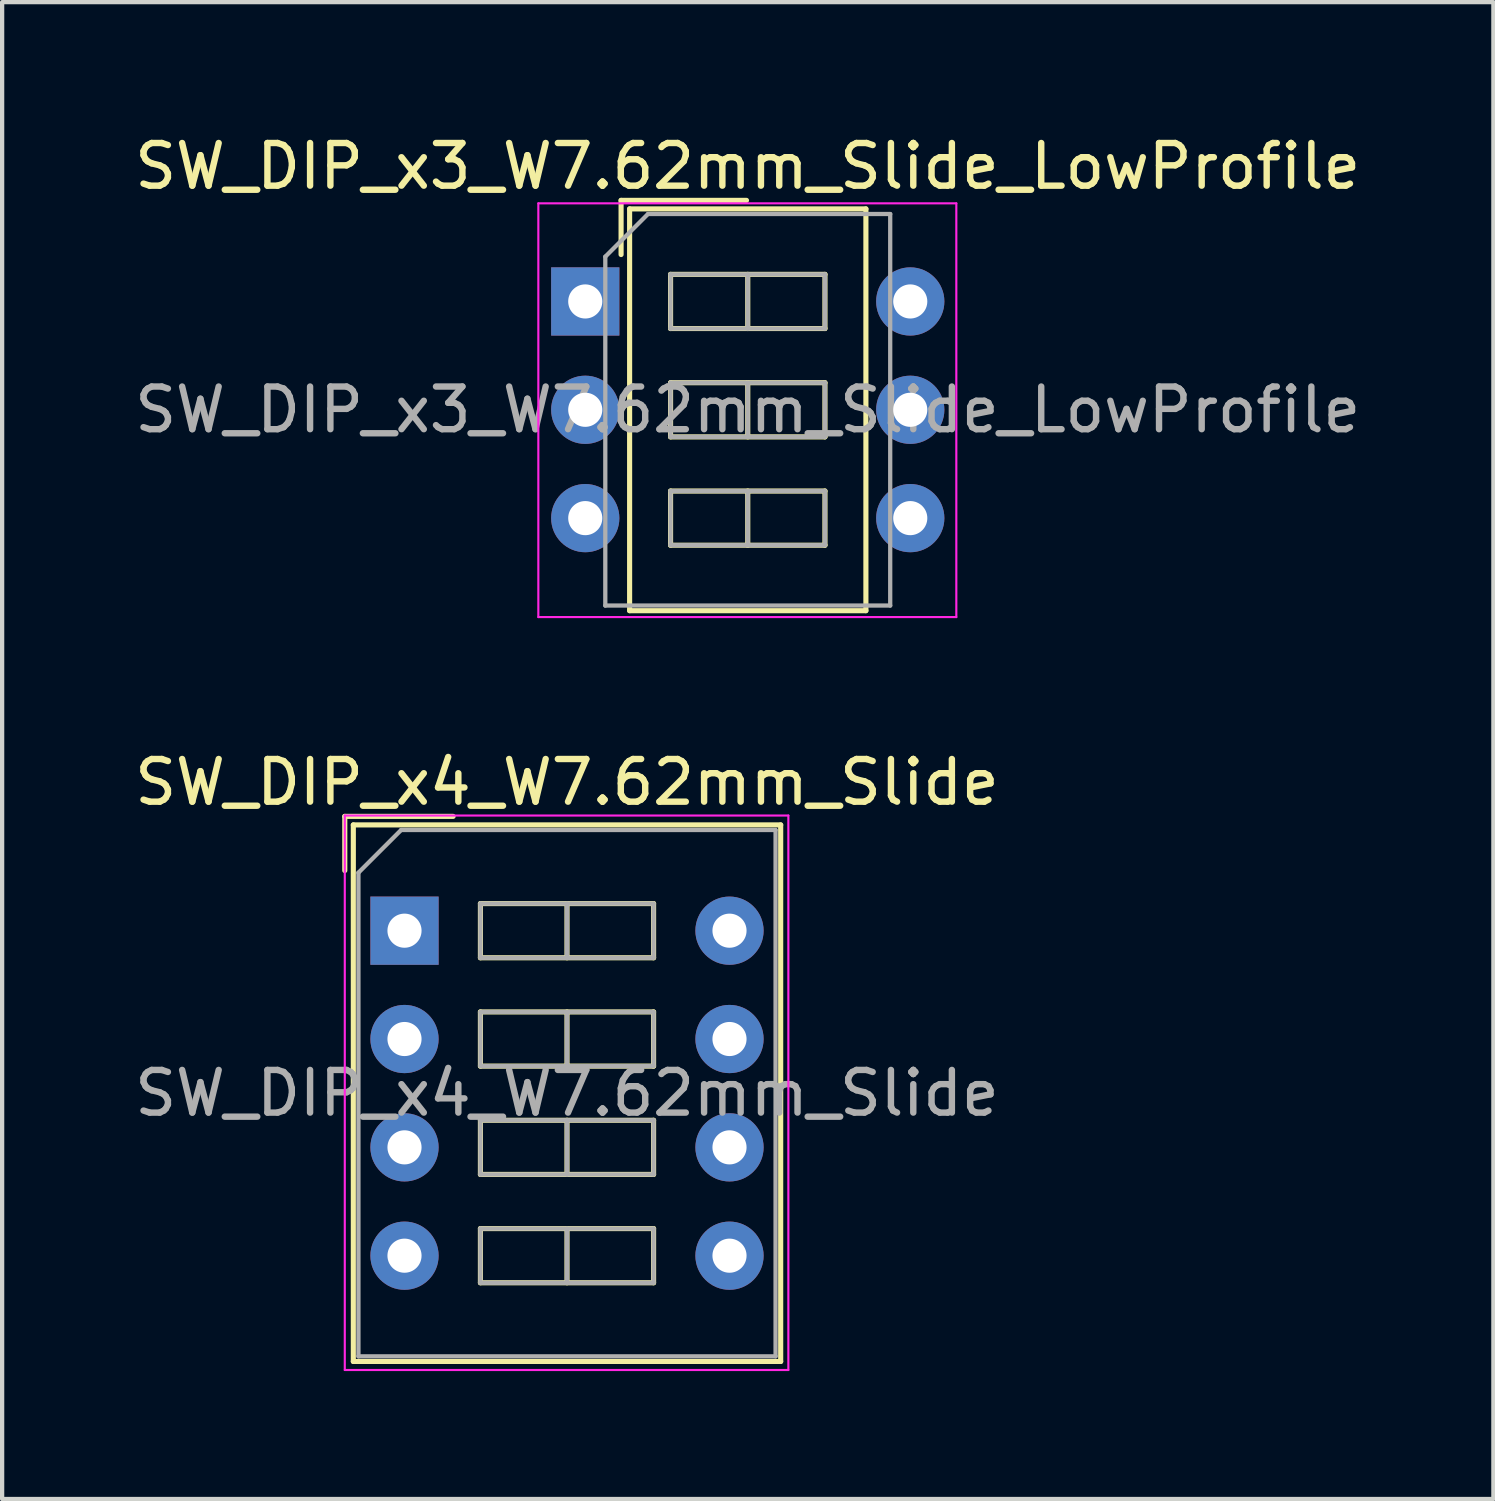
<source format=kicad_pcb>
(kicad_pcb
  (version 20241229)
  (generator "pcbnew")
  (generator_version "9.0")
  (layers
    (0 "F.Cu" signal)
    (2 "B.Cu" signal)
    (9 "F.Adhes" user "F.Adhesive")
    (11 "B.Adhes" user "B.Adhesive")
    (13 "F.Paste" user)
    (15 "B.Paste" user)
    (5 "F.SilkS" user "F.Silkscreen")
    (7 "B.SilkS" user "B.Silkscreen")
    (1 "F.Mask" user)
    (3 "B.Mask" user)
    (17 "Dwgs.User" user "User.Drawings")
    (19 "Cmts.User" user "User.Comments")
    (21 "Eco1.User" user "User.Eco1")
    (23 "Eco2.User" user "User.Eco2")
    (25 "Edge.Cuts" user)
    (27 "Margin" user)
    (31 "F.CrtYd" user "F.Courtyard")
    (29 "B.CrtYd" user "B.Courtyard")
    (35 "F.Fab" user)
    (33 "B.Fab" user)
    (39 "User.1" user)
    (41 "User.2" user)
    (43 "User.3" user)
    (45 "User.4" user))
  (footprint "SW_DIP_x3_W7.62mm_Slide_LowProfile"
    (layer "F.Cu")
    (at 10.672 4.018)
    (property "Reference" "SW_DIP_x3_W7.62mm_Slide_LowProfile" (at 3.81 -3.17 0) (layer "F.SilkS") (effects (font (size 1 1) (thickness 0.15))))
    (attr through_hole)
    (fp_line (start 0.84 -2.37) (end 0.84 -1.1) (stroke (width 0.12) (type solid)) (layer "F.SilkS"))
    (fp_line (start 0.84 -2.37) (end 3.78 -2.37) (stroke (width 0.12) (type solid)) (layer "F.SilkS"))
    (fp_line (start 1.04 -2.17) (end 6.58 -2.17) (stroke (width 0.12) (type solid)) (layer "F.SilkS"))
    (fp_line (start 1.04 7.25) (end 1.04 -2.17) (stroke (width 0.12) (type solid)) (layer "F.SilkS"))
    (fp_line (start 2 -0.635) (end 2 0.635) (stroke (width 0.12) (type solid)) (layer "F.SilkS"))
    (fp_line (start 2 0.635) (end 5.62 0.635) (stroke (width 0.12) (type solid)) (layer "F.SilkS"))
    (fp_line (start 2 1.905) (end 2 3.175) (stroke (width 0.12) (type solid)) (layer "F.SilkS"))
    (fp_line (start 2 3.175) (end 5.62 3.175) (stroke (width 0.12) (type solid)) (layer "F.SilkS"))
    (fp_line (start 2 4.445) (end 2 5.715) (stroke (width 0.12) (type solid)) (layer "F.SilkS"))
    (fp_line (start 2 5.715) (end 5.62 5.715) (stroke (width 0.12) (type solid)) (layer "F.SilkS"))
    (fp_line (start 3.81 -0.635) (end 3.81 0.635) (stroke (width 0.12) (type solid)) (layer "F.SilkS"))
    (fp_line (start 3.81 1.905) (end 3.81 3.175) (stroke (width 0.12) (type solid)) (layer "F.SilkS"))
    (fp_line (start 3.81 4.445) (end 3.81 5.715) (stroke (width 0.12) (type solid)) (layer "F.SilkS"))
    (fp_line (start 5.62 -0.635) (end 2 -0.635) (stroke (width 0.12) (type solid)) (layer "F.SilkS"))
    (fp_line (start 5.62 0.635) (end 5.62 -0.635) (stroke (width 0.12) (type solid)) (layer "F.SilkS"))
    (fp_line (start 5.62 1.905) (end 2 1.905) (stroke (width 0.12) (type solid)) (layer "F.SilkS"))
    (fp_line (start 5.62 3.175) (end 5.62 1.905) (stroke (width 0.12) (type solid)) (layer "F.SilkS"))
    (fp_line (start 5.62 4.445) (end 2 4.445) (stroke (width 0.12) (type solid)) (layer "F.SilkS"))
    (fp_line (start 5.62 5.715) (end 5.62 4.445) (stroke (width 0.12) (type solid)) (layer "F.SilkS"))
    (fp_line (start 6.58 -2.17) (end 6.58 7.25) (stroke (width 0.12) (type solid)) (layer "F.SilkS"))
    (fp_line (start 6.58 7.25) (end 1.04 7.25) (stroke (width 0.12) (type solid)) (layer "F.SilkS"))
    (fp_line (start -1.1 -2.3) (end -1.1 7.4) (stroke (width 0.05) (type solid)) (layer "F.CrtYd"))
    (fp_line (start -1.1 7.4) (end 8.7 7.4) (stroke (width 0.05) (type solid)) (layer "F.CrtYd"))
    (fp_line (start 8.7 -2.3) (end -1.1 -2.3) (stroke (width 0.05) (type solid)) (layer "F.CrtYd"))
    (fp_line (start 8.7 7.4) (end 8.7 -2.3) (stroke (width 0.05) (type solid)) (layer "F.CrtYd"))
    (fp_line (start 0.47 -1.05) (end 1.47 -2.05) (stroke (width 0.1) (type solid)) (layer "F.Fab"))
    (fp_line (start 0.47 7.13) (end 0.47 -1.05) (stroke (width 0.1) (type solid)) (layer "F.Fab"))
    (fp_line (start 1.47 -2.05) (end 7.15 -2.05) (stroke (width 0.1) (type solid)) (layer "F.Fab"))
    (fp_line (start 2 -0.635) (end 2 0.635) (stroke (width 0.1) (type solid)) (layer "F.Fab"))
    (fp_line (start 2 0.635) (end 5.62 0.635) (stroke (width 0.1) (type solid)) (layer "F.Fab"))
    (fp_line (start 2 1.905) (end 2 3.175) (stroke (width 0.1) (type solid)) (layer "F.Fab"))
    (fp_line (start 2 3.175) (end 5.62 3.175) (stroke (width 0.1) (type solid)) (layer "F.Fab"))
    (fp_line (start 2 4.445) (end 2 5.715) (stroke (width 0.1) (type solid)) (layer "F.Fab"))
    (fp_line (start 2 5.715) (end 5.62 5.715) (stroke (width 0.1) (type solid)) (layer "F.Fab"))
    (fp_line (start 3.81 -0.635) (end 3.81 0.635) (stroke (width 0.1) (type solid)) (layer "F.Fab"))
    (fp_line (start 3.81 1.905) (end 3.81 3.175) (stroke (width 0.1) (type solid)) (layer "F.Fab"))
    (fp_line (start 3.81 4.445) (end 3.81 5.715) (stroke (width 0.1) (type solid)) (layer "F.Fab"))
    (fp_line (start 5.62 -0.635) (end 2 -0.635) (stroke (width 0.1) (type solid)) (layer "F.Fab"))
    (fp_line (start 5.62 0.635) (end 5.62 -0.635) (stroke (width 0.1) (type solid)) (layer "F.Fab"))
    (fp_line (start 5.62 1.905) (end 2 1.905) (stroke (width 0.1) (type solid)) (layer "F.Fab"))
    (fp_line (start 5.62 3.175) (end 5.62 1.905) (stroke (width 0.1) (type solid)) (layer "F.Fab"))
    (fp_line (start 5.62 4.445) (end 2 4.445) (stroke (width 0.1) (type solid)) (layer "F.Fab"))
    (fp_line (start 5.62 5.715) (end 5.62 4.445) (stroke (width 0.1) (type solid)) (layer "F.Fab"))
    (fp_line (start 7.15 -2.05) (end 7.15 7.13) (stroke (width 0.1) (type solid)) (layer "F.Fab"))
    (fp_line (start 7.15 7.13) (end 0.47 7.13) (stroke (width 0.1) (type solid)) (layer "F.Fab"))
    (fp_text user "${REFERENCE}" (at 3.81 2.54 0) (layer "F.Fab") (effects (font (size 1 1) (thickness 0.15))))
    (pad "1" thru_hole rect (at 0 0) (size 1.6 1.6) (drill 0.8) (layers "*.Cu" "*.Mask"))
    (pad "2" thru_hole oval (at 0 2.54) (size 1.6 1.6) (drill 0.8) (layers "*.Cu" "*.Mask"))
    (pad "3" thru_hole oval (at 0 5.08) (size 1.6 1.6) (drill 0.8) (layers "*.Cu" "*.Mask"))
    (pad "4" thru_hole oval (at 7.62 5.08) (size 1.6 1.6) (drill 0.8) (layers "*.Cu" "*.Mask"))
    (pad "5" thru_hole oval (at 7.62 2.54) (size 1.6 1.6) (drill 0.8) (layers "*.Cu" "*.Mask"))
    (pad "6" thru_hole oval (at 7.62 0) (size 1.6 1.6) (drill 0.8) (layers "*.Cu" "*.Mask")))
  (footprint "SW_DIP_x4_W7.62mm_Slide"
    (layer "F.Cu")
    (at 6.434 18.771)
    (property "Reference" "SW_DIP_x4_W7.62mm_Slide" (at 3.81 -3.48 0) (layer "F.SilkS") (effects (font (size 1 1) (thickness 0.15))))
    (attr through_hole)
    (fp_line (start -1.4 -2.68) (end -1.4 -1.41) (stroke (width 0.12) (type solid)) (layer "F.SilkS"))
    (fp_line (start -1.4 -2.68) (end 1.14 -2.68) (stroke (width 0.12) (type solid)) (layer "F.SilkS"))
    (fp_line (start -1.2 -2.48) (end 8.82 -2.48) (stroke (width 0.12) (type solid)) (layer "F.SilkS"))
    (fp_line (start -1.2 10.1) (end -1.2 -2.48) (stroke (width 0.12) (type solid)) (layer "F.SilkS"))
    (fp_line (start 1.78 -0.635) (end 1.78 0.635) (stroke (width 0.12) (type solid)) (layer "F.SilkS"))
    (fp_line (start 1.78 0.635) (end 5.84 0.635) (stroke (width 0.12) (type solid)) (layer "F.SilkS"))
    (fp_line (start 1.78 1.905) (end 1.78 3.175) (stroke (width 0.12) (type solid)) (layer "F.SilkS"))
    (fp_line (start 1.78 3.175) (end 5.84 3.175) (stroke (width 0.12) (type solid)) (layer "F.SilkS"))
    (fp_line (start 1.78 4.445) (end 1.78 5.715) (stroke (width 0.12) (type solid)) (layer "F.SilkS"))
    (fp_line (start 1.78 5.715) (end 5.84 5.715) (stroke (width 0.12) (type solid)) (layer "F.SilkS"))
    (fp_line (start 1.78 6.985) (end 1.78 8.255) (stroke (width 0.12) (type solid)) (layer "F.SilkS"))
    (fp_line (start 1.78 8.255) (end 5.84 8.255) (stroke (width 0.12) (type solid)) (layer "F.SilkS"))
    (fp_line (start 3.81 -0.635) (end 3.81 0.635) (stroke (width 0.12) (type solid)) (layer "F.SilkS"))
    (fp_line (start 3.81 1.905) (end 3.81 3.175) (stroke (width 0.12) (type solid)) (layer "F.SilkS"))
    (fp_line (start 3.81 4.445) (end 3.81 5.715) (stroke (width 0.12) (type solid)) (layer "F.SilkS"))
    (fp_line (start 3.81 6.985) (end 3.81 8.255) (stroke (width 0.12) (type solid)) (layer "F.SilkS"))
    (fp_line (start 5.84 -0.635) (end 1.78 -0.635) (stroke (width 0.12) (type solid)) (layer "F.SilkS"))
    (fp_line (start 5.84 0.635) (end 5.84 -0.635) (stroke (width 0.12) (type solid)) (layer "F.SilkS"))
    (fp_line (start 5.84 1.905) (end 1.78 1.905) (stroke (width 0.12) (type solid)) (layer "F.SilkS"))
    (fp_line (start 5.84 3.175) (end 5.84 1.905) (stroke (width 0.12) (type solid)) (layer "F.SilkS"))
    (fp_line (start 5.84 4.445) (end 1.78 4.445) (stroke (width 0.12) (type solid)) (layer "F.SilkS"))
    (fp_line (start 5.84 5.715) (end 5.84 4.445) (stroke (width 0.12) (type solid)) (layer "F.SilkS"))
    (fp_line (start 5.84 6.985) (end 1.78 6.985) (stroke (width 0.12) (type solid)) (layer "F.SilkS"))
    (fp_line (start 5.84 8.255) (end 5.84 6.985) (stroke (width 0.12) (type solid)) (layer "F.SilkS"))
    (fp_line (start 8.82 -2.48) (end 8.82 10.1) (stroke (width 0.12) (type solid)) (layer "F.SilkS"))
    (fp_line (start 8.82 10.1) (end -1.2 10.1) (stroke (width 0.12) (type solid)) (layer "F.SilkS"))
    (fp_line (start -1.4 -2.7) (end -1.4 10.3) (stroke (width 0.05) (type solid)) (layer "F.CrtYd"))
    (fp_line (start -1.4 10.3) (end 9 10.3) (stroke (width 0.05) (type solid)) (layer "F.CrtYd"))
    (fp_line (start 9 -2.7) (end -1.4 -2.7) (stroke (width 0.05) (type solid)) (layer "F.CrtYd"))
    (fp_line (start 9 10.3) (end 9 -2.7) (stroke (width 0.05) (type solid)) (layer "F.CrtYd"))
    (fp_line (start -1.08 -1.36) (end -0.08 -2.36) (stroke (width 0.1) (type solid)) (layer "F.Fab"))
    (fp_line (start -1.08 9.98) (end -1.08 -1.36) (stroke (width 0.1) (type solid)) (layer "F.Fab"))
    (fp_line (start -0.08 -2.36) (end 8.7 -2.36) (stroke (width 0.1) (type solid)) (layer "F.Fab"))
    (fp_line (start 1.78 -0.635) (end 1.78 0.635) (stroke (width 0.1) (type solid)) (layer "F.Fab"))
    (fp_line (start 1.78 0.635) (end 5.84 0.635) (stroke (width 0.1) (type solid)) (layer "F.Fab"))
    (fp_line (start 1.78 1.905) (end 1.78 3.175) (stroke (width 0.1) (type solid)) (layer "F.Fab"))
    (fp_line (start 1.78 3.175) (end 5.84 3.175) (stroke (width 0.1) (type solid)) (layer "F.Fab"))
    (fp_line (start 1.78 4.445) (end 1.78 5.715) (stroke (width 0.1) (type solid)) (layer "F.Fab"))
    (fp_line (start 1.78 5.715) (end 5.84 5.715) (stroke (width 0.1) (type solid)) (layer "F.Fab"))
    (fp_line (start 1.78 6.985) (end 1.78 8.255) (stroke (width 0.1) (type solid)) (layer "F.Fab"))
    (fp_line (start 1.78 8.255) (end 5.84 8.255) (stroke (width 0.1) (type solid)) (layer "F.Fab"))
    (fp_line (start 3.81 -0.635) (end 3.81 0.635) (stroke (width 0.1) (type solid)) (layer "F.Fab"))
    (fp_line (start 3.81 1.905) (end 3.81 3.175) (stroke (width 0.1) (type solid)) (layer "F.Fab"))
    (fp_line (start 3.81 4.445) (end 3.81 5.715) (stroke (width 0.1) (type solid)) (layer "F.Fab"))
    (fp_line (start 3.81 6.985) (end 3.81 8.255) (stroke (width 0.1) (type solid)) (layer "F.Fab"))
    (fp_line (start 5.84 -0.635) (end 1.78 -0.635) (stroke (width 0.1) (type solid)) (layer "F.Fab"))
    (fp_line (start 5.84 0.635) (end 5.84 -0.635) (stroke (width 0.1) (type solid)) (layer "F.Fab"))
    (fp_line (start 5.84 1.905) (end 1.78 1.905) (stroke (width 0.1) (type solid)) (layer "F.Fab"))
    (fp_line (start 5.84 3.175) (end 5.84 1.905) (stroke (width 0.1) (type solid)) (layer "F.Fab"))
    (fp_line (start 5.84 4.445) (end 1.78 4.445) (stroke (width 0.1) (type solid)) (layer "F.Fab"))
    (fp_line (start 5.84 5.715) (end 5.84 4.445) (stroke (width 0.1) (type solid)) (layer "F.Fab"))
    (fp_line (start 5.84 6.985) (end 1.78 6.985) (stroke (width 0.1) (type solid)) (layer "F.Fab"))
    (fp_line (start 5.84 8.255) (end 5.84 6.985) (stroke (width 0.1) (type solid)) (layer "F.Fab"))
    (fp_line (start 8.7 -2.36) (end 8.7 9.98) (stroke (width 0.1) (type solid)) (layer "F.Fab"))
    (fp_line (start 8.7 9.98) (end -1.08 9.98) (stroke (width 0.1) (type solid)) (layer "F.Fab"))
    (fp_text user "${REFERENCE}" (at 3.81 3.81 0) (layer "F.Fab") (effects (font (size 1 1) (thickness 0.15))))
    (pad "1" thru_hole rect (at 0 0) (size 1.6 1.6) (drill 0.8) (layers "*.Cu" "*.Mask"))
    (pad "2" thru_hole oval (at 0 2.54) (size 1.6 1.6) (drill 0.8) (layers "*.Cu" "*.Mask"))
    (pad "3" thru_hole oval (at 0 5.08) (size 1.6 1.6) (drill 0.8) (layers "*.Cu" "*.Mask"))
    (pad "4" thru_hole oval (at 0 7.62) (size 1.6 1.6) (drill 0.8) (layers "*.Cu" "*.Mask"))
    (pad "5" thru_hole oval (at 7.62 7.62) (size 1.6 1.6) (drill 0.8) (layers "*.Cu" "*.Mask"))
    (pad "6" thru_hole oval (at 7.62 5.08) (size 1.6 1.6) (drill 0.8) (layers "*.Cu" "*.Mask"))
    (pad "7" thru_hole oval (at 7.62 2.54) (size 1.6 1.6) (drill 0.8) (layers "*.Cu" "*.Mask"))
    (pad "8" thru_hole oval (at 7.62 0) (size 1.6 1.6) (drill 0.8) (layers "*.Cu" "*.Mask")))
  (gr_rect
    (start -3 -3)
    (end 31.964 32.096)
    (stroke (width 0.1) (type default))
    (fill no)
    (layer "Edge.Cuts")))
</source>
